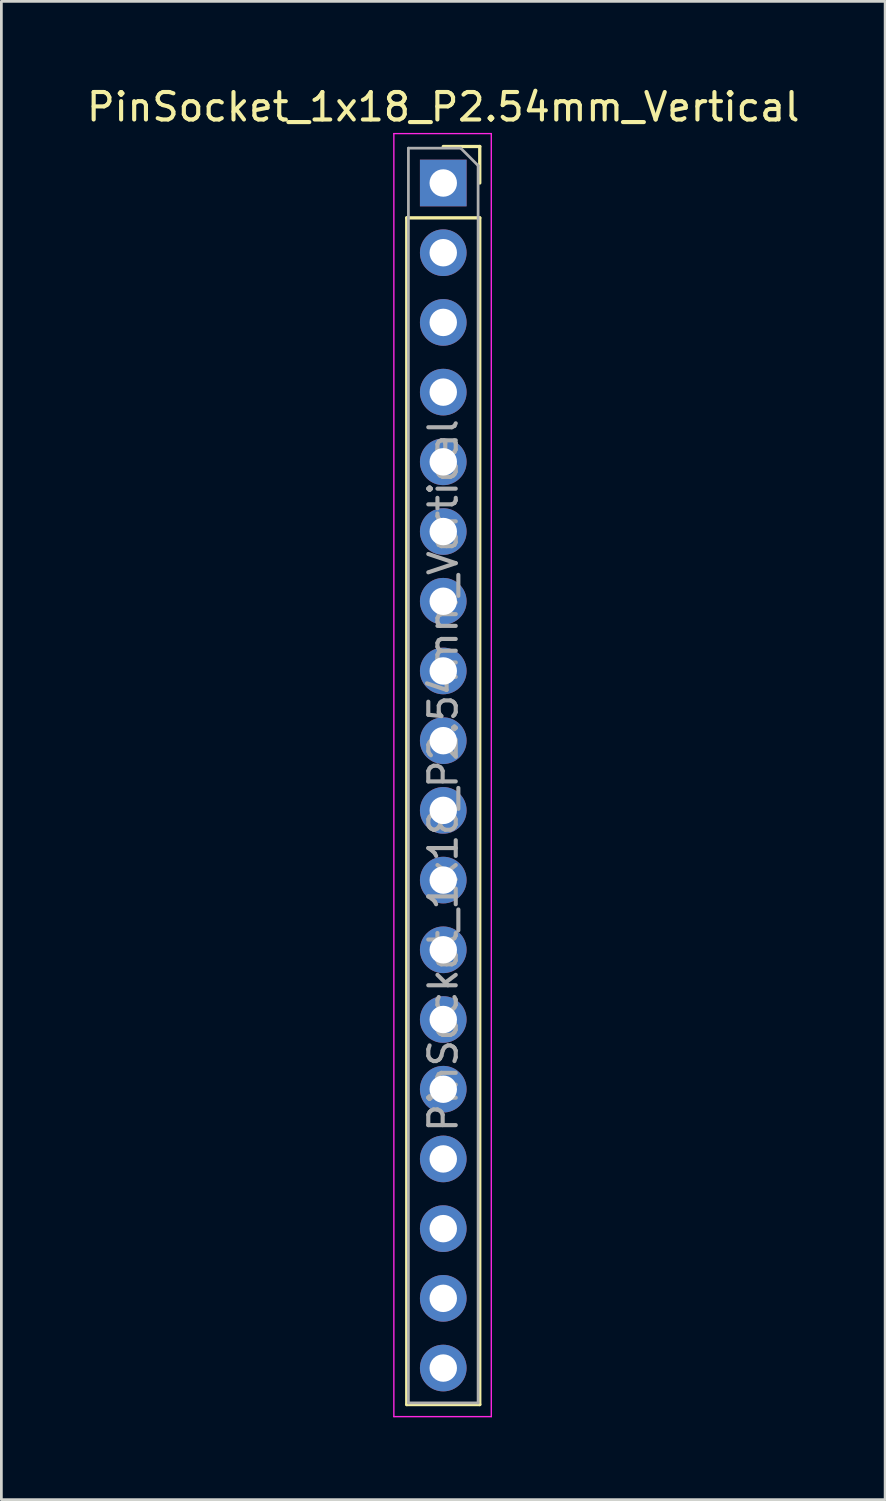
<source format=kicad_pcb>
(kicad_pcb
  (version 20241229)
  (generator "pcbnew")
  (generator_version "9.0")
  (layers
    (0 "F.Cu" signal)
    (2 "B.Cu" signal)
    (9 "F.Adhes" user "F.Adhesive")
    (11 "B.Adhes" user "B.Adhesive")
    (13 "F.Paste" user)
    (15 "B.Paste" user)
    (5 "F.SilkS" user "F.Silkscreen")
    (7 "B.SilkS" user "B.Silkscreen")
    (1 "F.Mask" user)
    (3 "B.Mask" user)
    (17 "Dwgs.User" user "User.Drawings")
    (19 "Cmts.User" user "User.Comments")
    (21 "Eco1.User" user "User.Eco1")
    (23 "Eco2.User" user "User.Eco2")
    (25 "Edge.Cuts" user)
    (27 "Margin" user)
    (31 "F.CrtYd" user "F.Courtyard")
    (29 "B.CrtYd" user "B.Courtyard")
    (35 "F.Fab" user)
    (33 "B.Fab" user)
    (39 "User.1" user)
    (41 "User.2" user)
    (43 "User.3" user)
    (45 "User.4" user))
  (footprint "PinSocket_1x18_P2.54mm_Vertical"
    (layer "F.Cu")
    (at 13.101 3.618)
    (property "Reference" "PinSocket_1x18_P2.54mm_Vertical" (at 0 -2.77 0) (layer "F.SilkS") (effects (font (size 1 1) (thickness 0.15))))
    (attr through_hole)
    (fp_line (start -1.33 1.27) (end -1.33 44.51) (stroke (width 0.12) (type solid)) (layer "F.SilkS"))
    (fp_line (start -1.33 1.27) (end 1.33 1.27) (stroke (width 0.12) (type solid)) (layer "F.SilkS"))
    (fp_line (start -1.33 44.51) (end 1.33 44.51) (stroke (width 0.12) (type solid)) (layer "F.SilkS"))
    (fp_line (start 0 -1.33) (end 1.33 -1.33) (stroke (width 0.12) (type solid)) (layer "F.SilkS"))
    (fp_line (start 1.33 -1.33) (end 1.33 0) (stroke (width 0.12) (type solid)) (layer "F.SilkS"))
    (fp_line (start 1.33 1.27) (end 1.33 44.51) (stroke (width 0.12) (type solid)) (layer "F.SilkS"))
    (fp_line (start -1.8 -1.8) (end 1.75 -1.8) (stroke (width 0.05) (type solid)) (layer "F.CrtYd"))
    (fp_line (start -1.8 44.95) (end -1.8 -1.8) (stroke (width 0.05) (type solid)) (layer "F.CrtYd"))
    (fp_line (start 1.75 -1.8) (end 1.75 44.95) (stroke (width 0.05) (type solid)) (layer "F.CrtYd"))
    (fp_line (start 1.75 44.95) (end -1.8 44.95) (stroke (width 0.05) (type solid)) (layer "F.CrtYd"))
    (fp_line (start -1.27 -1.27) (end 0.635 -1.27) (stroke (width 0.1) (type solid)) (layer "F.Fab"))
    (fp_line (start -1.27 44.45) (end -1.27 -1.27) (stroke (width 0.1) (type solid)) (layer "F.Fab"))
    (fp_line (start 0.635 -1.27) (end 1.27 -0.635) (stroke (width 0.1) (type solid)) (layer "F.Fab"))
    (fp_line (start 1.27 -0.635) (end 1.27 44.45) (stroke (width 0.1) (type solid)) (layer "F.Fab"))
    (fp_line (start 1.27 44.45) (end -1.27 44.45) (stroke (width 0.1) (type solid)) (layer "F.Fab"))
    (fp_text user "${REFERENCE}" (at 0 21.59 90) (layer "F.Fab") (effects (font (size 1 1) (thickness 0.15))))
    (pad "1" thru_hole rect (at 0 0) (size 1.7 1.7) (drill 1) (layers "*.Cu" "*.Mask"))
    (pad "2" thru_hole circle (at 0 2.54) (size 1.7 1.7) (drill 1) (layers "*.Cu" "*.Mask"))
    (pad "3" thru_hole circle (at 0 5.08) (size 1.7 1.7) (drill 1) (layers "*.Cu" "*.Mask"))
    (pad "4" thru_hole circle (at 0 7.62) (size 1.7 1.7) (drill 1) (layers "*.Cu" "*.Mask"))
    (pad "5" thru_hole circle (at 0 10.16) (size 1.7 1.7) (drill 1) (layers "*.Cu" "*.Mask"))
    (pad "6" thru_hole circle (at 0 12.7) (size 1.7 1.7) (drill 1) (layers "*.Cu" "*.Mask"))
    (pad "7" thru_hole circle (at 0 15.24) (size 1.7 1.7) (drill 1) (layers "*.Cu" "*.Mask"))
    (pad "8" thru_hole circle (at 0 17.78) (size 1.7 1.7) (drill 1) (layers "*.Cu" "*.Mask"))
    (pad "9" thru_hole circle (at 0 20.32) (size 1.7 1.7) (drill 1) (layers "*.Cu" "*.Mask"))
    (pad "10" thru_hole circle (at 0 22.86) (size 1.7 1.7) (drill 1) (layers "*.Cu" "*.Mask"))
    (pad "11" thru_hole circle (at 0 25.4) (size 1.7 1.7) (drill 1) (layers "*.Cu" "*.Mask"))
    (pad "12" thru_hole circle (at 0 27.94) (size 1.7 1.7) (drill 1) (layers "*.Cu" "*.Mask"))
    (pad "13" thru_hole circle (at 0 30.48) (size 1.7 1.7) (drill 1) (layers "*.Cu" "*.Mask"))
    (pad "14" thru_hole circle (at 0 33.02) (size 1.7 1.7) (drill 1) (layers "*.Cu" "*.Mask"))
    (pad "15" thru_hole circle (at 0 35.56) (size 1.7 1.7) (drill 1) (layers "*.Cu" "*.Mask"))
    (pad "16" thru_hole circle (at 0 38.1) (size 1.7 1.7) (drill 1) (layers "*.Cu" "*.Mask"))
    (pad "17" thru_hole circle (at 0 40.64) (size 1.7 1.7) (drill 1) (layers "*.Cu" "*.Mask"))
    (pad "18" thru_hole circle (at 0 43.18) (size 1.7 1.7) (drill 1) (layers "*.Cu" "*.Mask")))
  (gr_rect
    (start -3 -3)
    (end 29.202 51.593)
    (stroke (width 0.1) (type default))
    (fill no)
    (layer "Edge.Cuts")))
</source>
